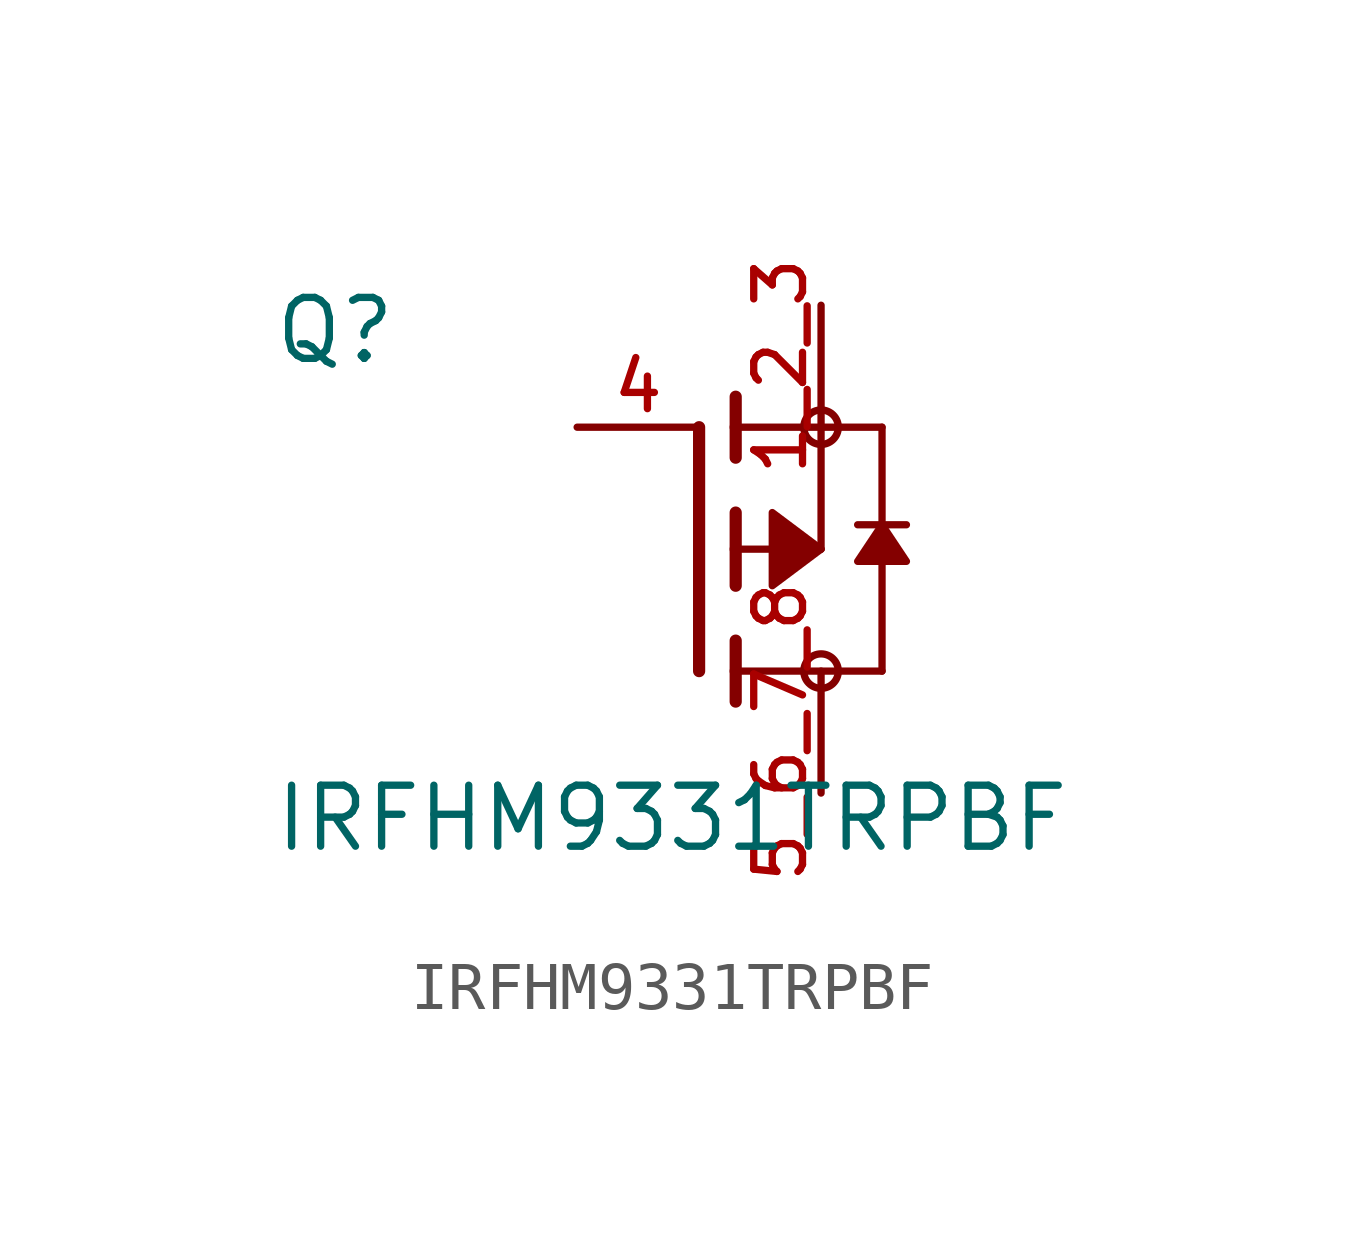
<source format=kicad_sym>
(kicad_symbol_lib
  (version 20211014)
  (generator kicad_symbol_editor)
  (symbol "IRFHM9331TRPBF"
    (pin_names
      (offset 1.016))
    (property "Reference" "Q"
      (at -8.89 3.81 0)
      (effects (font (size 1.27 1.27)) (justify bottom left)))
    (property "Value" "IRFHM9331TRPBF"
      (at -8.89 -6.35 0)
      (effects (font (size 1.27 1.27)) (justify bottom left)))
    (symbol "IRFHM9331TRPBF_0_0"
      (polyline (pts (xy 0.762 -0.762) (xy 0.762 0.0)) (stroke (width 0.254)))
      (polyline (pts (xy 0.762 0.0) (xy 0.762 0.762)) (stroke (width 0.254)))
      (polyline (pts (xy 0.762 -3.175) (xy 0.762 -2.54)) (stroke (width 0.254)))
      (polyline (pts (xy 0.762 -2.54) (xy 0.762 -1.905)) (stroke (width 0.254)))
      (polyline (pts (xy 0.762 0.0) (xy 2.54 0.0)) (stroke (width 0.152)))
      (polyline (pts (xy 2.54 0.0) (xy 2.54 2.54)) (stroke (width 0.152)))
      (polyline (pts (xy 0.762 1.905) (xy 0.762 2.54)) (stroke (width 0.254)))
      (polyline (pts (xy 0.762 2.54) (xy 0.762 3.175)) (stroke (width 0.254)))
      (polyline (pts (xy 0.0 -2.54) (xy 0.0 2.54)) (stroke (width 0.254)))
      (polyline (pts (xy 2.54 2.54) (xy 0.762 2.54)) (stroke (width 0.152)))
      (polyline (pts (xy 3.81 -2.54) (xy 3.81 0.508)) (stroke (width 0.152)))
      (polyline (pts (xy 3.81 0.508) (xy 3.81 2.54)) (stroke (width 0.152)))
      (polyline (pts (xy 2.54 2.54) (xy 3.81 2.54)) (stroke (width 0.152)))
      (polyline (pts (xy 0.762 -2.54) (xy 3.81 -2.54)) (stroke (width 0.152)))
      (polyline (pts (xy 3.302 0.508) (xy 3.81 0.508)) (stroke (width 0.152)))
      (polyline (pts (xy 3.81 0.508) (xy 4.318 0.508)) (stroke (width 0.152)))
      (circle (center 2.54 2.54) (radius 0.359) (stroke (width 0.0)) (fill (type none)))
      (circle (center 2.54 -2.54) (radius 0.359) (stroke (width 0.0)) (fill (type none)))
      (polyline (pts (xy 3.81 0.508) (xy 4.318 -0.254) (xy 3.302 -0.254) (xy 3.81 0.508)) (stroke (width 0.152)) (fill (type outline)))
      (polyline (pts (xy 2.54 0.0) (xy 1.524 0.762) (xy 1.524 -0.762) (xy 2.54 0.0)) (stroke (width 0.152)) (fill (type outline)))
      (pin passive line (at 2.54 5.08 270.0) (length 2.54) (name "~" (effects (font (size 1.016 1.016)))) (number "1_2_3" (effects (font (size 1.016 1.016)))))
      (pin passive line (at -2.54 2.54 0) (length 2.54) (name "~" (effects (font (size 1.016 1.016)))) (number "4" (effects (font (size 1.016 1.016)))))
      (pin passive line (at 2.54 -5.08 90.0) (length 2.54) (name "~" (effects (font (size 1.016 1.016)))) (number "5_6_7_8" (effects (font (size 1.016 1.016))))))))
</source>
